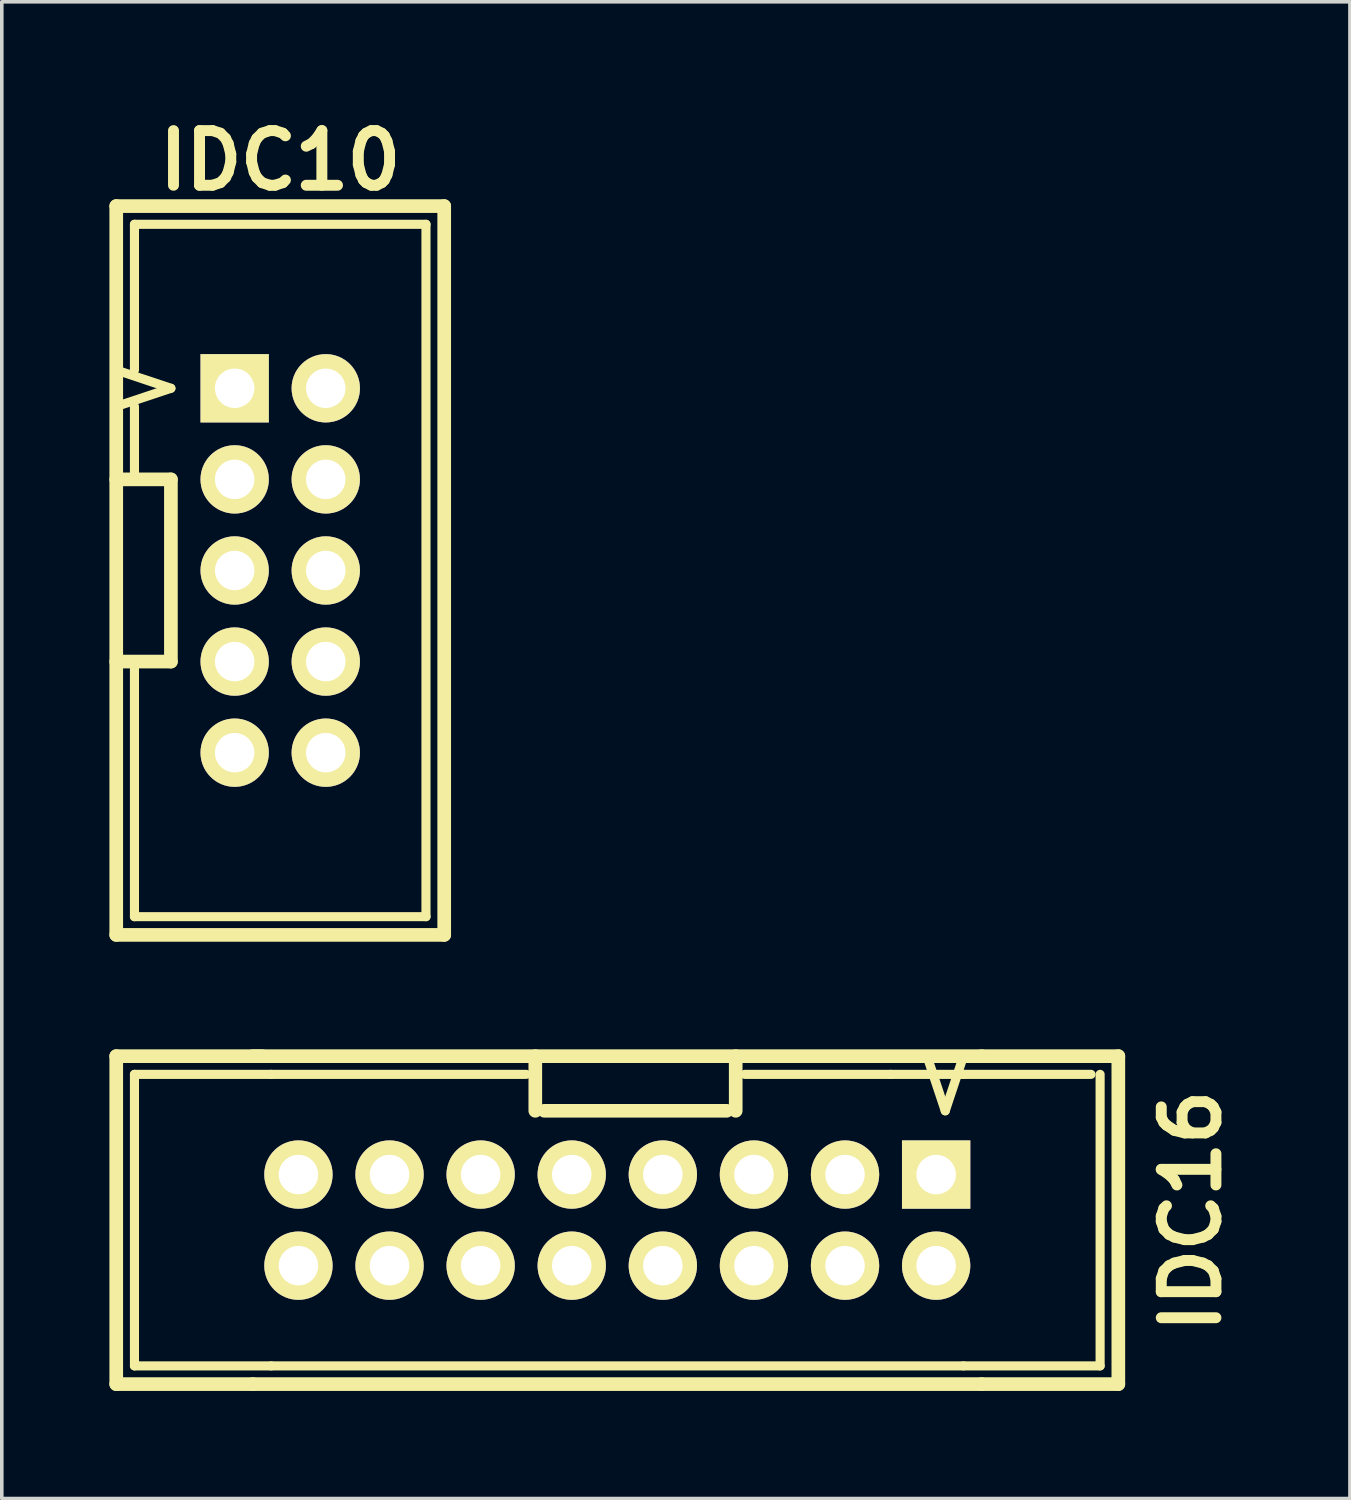
<source format=kicad_pcb>
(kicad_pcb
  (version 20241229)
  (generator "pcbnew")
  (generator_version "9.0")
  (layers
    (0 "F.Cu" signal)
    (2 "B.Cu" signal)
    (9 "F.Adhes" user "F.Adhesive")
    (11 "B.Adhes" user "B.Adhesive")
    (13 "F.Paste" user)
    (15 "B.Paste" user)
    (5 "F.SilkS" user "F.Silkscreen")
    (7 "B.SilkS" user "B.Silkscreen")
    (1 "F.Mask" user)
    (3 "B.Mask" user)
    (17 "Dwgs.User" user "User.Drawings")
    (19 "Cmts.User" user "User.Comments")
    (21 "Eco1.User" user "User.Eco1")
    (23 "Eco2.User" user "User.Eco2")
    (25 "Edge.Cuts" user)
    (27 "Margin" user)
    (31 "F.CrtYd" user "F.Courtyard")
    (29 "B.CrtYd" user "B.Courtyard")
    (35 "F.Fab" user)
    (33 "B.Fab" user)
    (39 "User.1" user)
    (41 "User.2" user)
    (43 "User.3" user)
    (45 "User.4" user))
  (footprint "IDC10"
    (layer "F.Cu")
    (at 4.763 12.856)
    (property "Reference" "IDC10" (at 0 -11.43 0) (layer "F.SilkS") (effects (font (size 1.524 1.524) (thickness 0.305))))
    (attr through_hole)
    (fp_line (start -4.572 -10.16) (end 4.572 -10.16) (stroke (width 0.381) (type solid)) (layer "F.SilkS"))
    (fp_line (start -4.572 -5.588) (end -3.048 -5.08) (stroke (width 0.254) (type solid)) (layer "F.SilkS"))
    (fp_line (start -4.572 -2.54) (end -3.048 -2.54) (stroke (width 0.381) (type solid)) (layer "F.SilkS"))
    (fp_line (start -4.572 10.16) (end -4.572 -10.16) (stroke (width 0.381) (type solid)) (layer "F.SilkS"))
    (fp_line (start -4.064 -9.652) (end -4.064 -5.588) (stroke (width 0.254) (type solid)) (layer "F.SilkS"))
    (fp_line (start -4.064 -9.652) (end 4.064 -9.652) (stroke (width 0.254) (type solid)) (layer "F.SilkS"))
    (fp_line (start -4.064 -4.572) (end -4.064 -2.54) (stroke (width 0.254) (type solid)) (layer "F.SilkS"))
    (fp_line (start -4.064 9.652) (end -4.064 2.54) (stroke (width 0.254) (type solid)) (layer "F.SilkS"))
    (fp_line (start -3.048 -5.08) (end -4.572 -4.572) (stroke (width 0.254) (type solid)) (layer "F.SilkS"))
    (fp_line (start -3.048 -2.54) (end -3.048 2.54) (stroke (width 0.381) (type solid)) (layer "F.SilkS"))
    (fp_line (start -3.048 2.54) (end -4.572 2.54) (stroke (width 0.381) (type solid)) (layer "F.SilkS"))
    (fp_line (start 4.064 -9.652) (end 4.064 9.652) (stroke (width 0.254) (type solid)) (layer "F.SilkS"))
    (fp_line (start 4.064 9.652) (end -4.064 9.652) (stroke (width 0.254) (type solid)) (layer "F.SilkS"))
    (fp_line (start 4.572 -10.16) (end 4.572 10.16) (stroke (width 0.381) (type solid)) (layer "F.SilkS"))
    (fp_line (start 4.572 10.16) (end -4.572 10.16) (stroke (width 0.381) (type solid)) (layer "F.SilkS"))
    (pad "1" thru_hole rect (at -1.27 -5.08) (size 1.905 1.905) (drill 1.1) (layers "*.Cu" "*.Mask" "F.SilkS"))
    (pad "2" thru_hole circle (at 1.27 -5.08) (size 1.905 1.905) (drill 1.1) (layers "*.Cu" "*.Mask" "F.SilkS"))
    (pad "3" thru_hole circle (at -1.27 -2.54) (size 1.905 1.905) (drill 1.1) (layers "*.Cu" "*.Mask" "F.SilkS"))
    (pad "4" thru_hole circle (at 1.27 -2.54) (size 1.905 1.905) (drill 1.1) (layers "*.Cu" "*.Mask" "F.SilkS"))
    (pad "5" thru_hole circle (at -1.27 0) (size 1.905 1.905) (drill 1.1) (layers "*.Cu" "*.Mask" "F.SilkS"))
    (pad "6" thru_hole circle (at 1.27 0) (size 1.905 1.905) (drill 1.1) (layers "*.Cu" "*.Mask" "F.SilkS"))
    (pad "7" thru_hole circle (at -1.27 2.54) (size 1.905 1.905) (drill 1.1) (layers "*.Cu" "*.Mask" "F.SilkS"))
    (pad "8" thru_hole circle (at 1.27 2.54) (size 1.905 1.905) (drill 1.1) (layers "*.Cu" "*.Mask" "F.SilkS"))
    (pad "9" thru_hole circle (at -1.27 5.08) (size 1.905 1.905) (drill 1.1) (layers "*.Cu" "*.Mask" "F.SilkS"))
    (pad "10" thru_hole circle (at 1.27 5.08) (size 1.905 1.905) (drill 1.1) (layers "*.Cu" "*.Mask" "F.SilkS")))
  (footprint "IDC16"
    (layer "F.Cu")
    (at 14.161 30.969 -90)
    (property "Reference" "IDC16" (at -0.254 -16.002 270) (layer "F.SilkS") (effects (font (size 1.524 1.524) (thickness 0.305))))
    (attr through_hole)
    (fp_line (start -4.572 13.97) (end -4.572 9.906) (stroke (width 0.381) (type solid)) (layer "F.SilkS"))
    (fp_line (start 4.572 13.97) (end -4.572 13.97) (stroke (width 0.381) (type solid)) (layer "F.SilkS"))
    (fp_line (start 4.572 13.97) (end 4.572 10.16) (stroke (width 0.381) (type solid)) (layer "F.SilkS"))
    (fp_line (start 4.064 13.462) (end -4.064 13.462) (stroke (width 0.254) (type solid)) (layer "F.SilkS"))
    (fp_line (start -4.572 10.16) (end -4.572 -10.16) (stroke (width 0.381) (type solid)) (layer "F.SilkS"))
    (fp_line (start -4.064 9.652) (end -4.064 13.462) (stroke (width 0.254) (type solid)) (layer "F.SilkS"))
    (fp_line (start -4.064 9.652) (end -4.064 2.54) (stroke (width 0.254) (type solid)) (layer "F.SilkS"))
    (fp_line (start 4.064 9.652) (end 4.064 13.462) (stroke (width 0.254) (type solid)) (layer "F.SilkS"))
    (fp_line (start -3.048 2.286) (end -4.572 2.286) (stroke (width 0.381) (type solid)) (layer "F.SilkS"))
    (fp_line (start -3.048 -3.048) (end -3.048 2.032) (stroke (width 0.381) (type solid)) (layer "F.SilkS"))
    (fp_line (start -4.572 -3.302) (end -3.048 -3.302) (stroke (width 0.381) (type solid)) (layer "F.SilkS"))
    (fp_line (start -4.064 -7.62) (end -4.064 -3.556) (stroke (width 0.254) (type solid)) (layer "F.SilkS"))
    (fp_line (start -3.048 -9.144) (end -4.572 -8.636) (stroke (width 0.254) (type solid)) (layer "F.SilkS"))
    (fp_line (start -4.572 -9.652) (end -3.048 -9.144) (stroke (width 0.254) (type solid)) (layer "F.SilkS"))
    (fp_line (start -4.064 -9.652) (end -4.064 -7.62) (stroke (width 0.254) (type solid)) (layer "F.SilkS"))
    (fp_line (start 4.064 -9.652) (end 4.064 9.652) (stroke (width 0.254) (type solid)) (layer "F.SilkS"))
    (fp_line (start 4.064 -9.652) (end 4.064 -13.462) (stroke (width 0.254) (type solid)) (layer "F.SilkS"))
    (fp_line (start -4.572 -10.16) (end -4.572 -13.97) (stroke (width 0.381) (type solid)) (layer "F.SilkS"))
    (fp_line (start 4.572 -10.16) (end 4.572 10.16) (stroke (width 0.381) (type solid)) (layer "F.SilkS"))
    (fp_line (start -4.064 -13.208) (end -4.064 -9.652) (stroke (width 0.254) (type solid)) (layer "F.SilkS"))
    (fp_line (start -4.064 -13.462) (end 4.064 -13.462) (stroke (width 0.254) (type solid)) (layer "F.SilkS"))
    (fp_line (start -4.572 -13.97) (end 4.572 -13.97) (stroke (width 0.381) (type solid)) (layer "F.SilkS"))
    (fp_line (start 4.572 -13.97) (end 4.572 -10.16) (stroke (width 0.381) (type solid)) (layer "F.SilkS"))
    (pad "1" thru_hole rect (at -1.27 -8.89 270) (size 1.905 1.905) (drill 1.1) (layers "*.Cu" "*.Mask" "F.SilkS"))
    (pad "2" thru_hole circle (at 1.27 -8.89 270) (size 1.905 1.905) (drill 1.1) (layers "*.Cu" "*.Mask" "F.SilkS"))
    (pad "3" thru_hole circle (at -1.27 -6.35 270) (size 1.905 1.905) (drill 1.1) (layers "*.Cu" "*.Mask" "F.SilkS"))
    (pad "4" thru_hole circle (at 1.27 -6.35 270) (size 1.905 1.905) (drill 1.1) (layers "*.Cu" "*.Mask" "F.SilkS"))
    (pad "5" thru_hole circle (at -1.27 -3.81 270) (size 1.905 1.905) (drill 1.1) (layers "*.Cu" "*.Mask" "F.SilkS"))
    (pad "6" thru_hole circle (at 1.27 -3.81 270) (size 1.905 1.905) (drill 1.1) (layers "*.Cu" "*.Mask" "F.SilkS"))
    (pad "7" thru_hole circle (at -1.27 -1.27 270) (size 1.905 1.905) (drill 1.1) (layers "*.Cu" "*.Mask" "F.SilkS"))
    (pad "8" thru_hole circle (at 1.27 -1.27 270) (size 1.905 1.905) (drill 1.1) (layers "*.Cu" "*.Mask" "F.SilkS"))
    (pad "9" thru_hole circle (at -1.27 1.27 270) (size 1.905 1.905) (drill 1.1) (layers "*.Cu" "*.Mask" "F.SilkS"))
    (pad "10" thru_hole circle (at 1.27 1.27 270) (size 1.905 1.905) (drill 1.1) (layers "*.Cu" "*.Mask" "F.SilkS"))
    (pad "11" thru_hole circle (at -1.27 3.81 270) (size 1.905 1.905) (drill 1.1) (layers "*.Cu" "*.Mask" "F.SilkS"))
    (pad "12" thru_hole circle (at 1.27 3.81 270) (size 1.905 1.905) (drill 1.1) (layers "*.Cu" "*.Mask" "F.SilkS"))
    (pad "13" thru_hole circle (at -1.27 6.35 270) (size 1.905 1.905) (drill 1.1) (layers "*.Cu" "*.Mask" "F.SilkS"))
    (pad "14" thru_hole circle (at 1.27 6.35 270) (size 1.905 1.905) (drill 1.1) (layers "*.Cu" "*.Mask" "F.SilkS"))
    (pad "15" thru_hole circle (at -1.27 8.89 270) (size 1.905 1.905) (drill 1.1) (layers "*.Cu" "*.Mask" "F.SilkS"))
    (pad "16" thru_hole circle (at 1.27 8.89 270) (size 1.905 1.905) (drill 1.1) (layers "*.Cu" "*.Mask" "F.SilkS")))
  (gr_rect
    (start -3 -3)
    (end 34.589 38.732)
    (stroke (width 0.1) (type default))
    (fill no)
    (layer "Edge.Cuts")))
</source>
